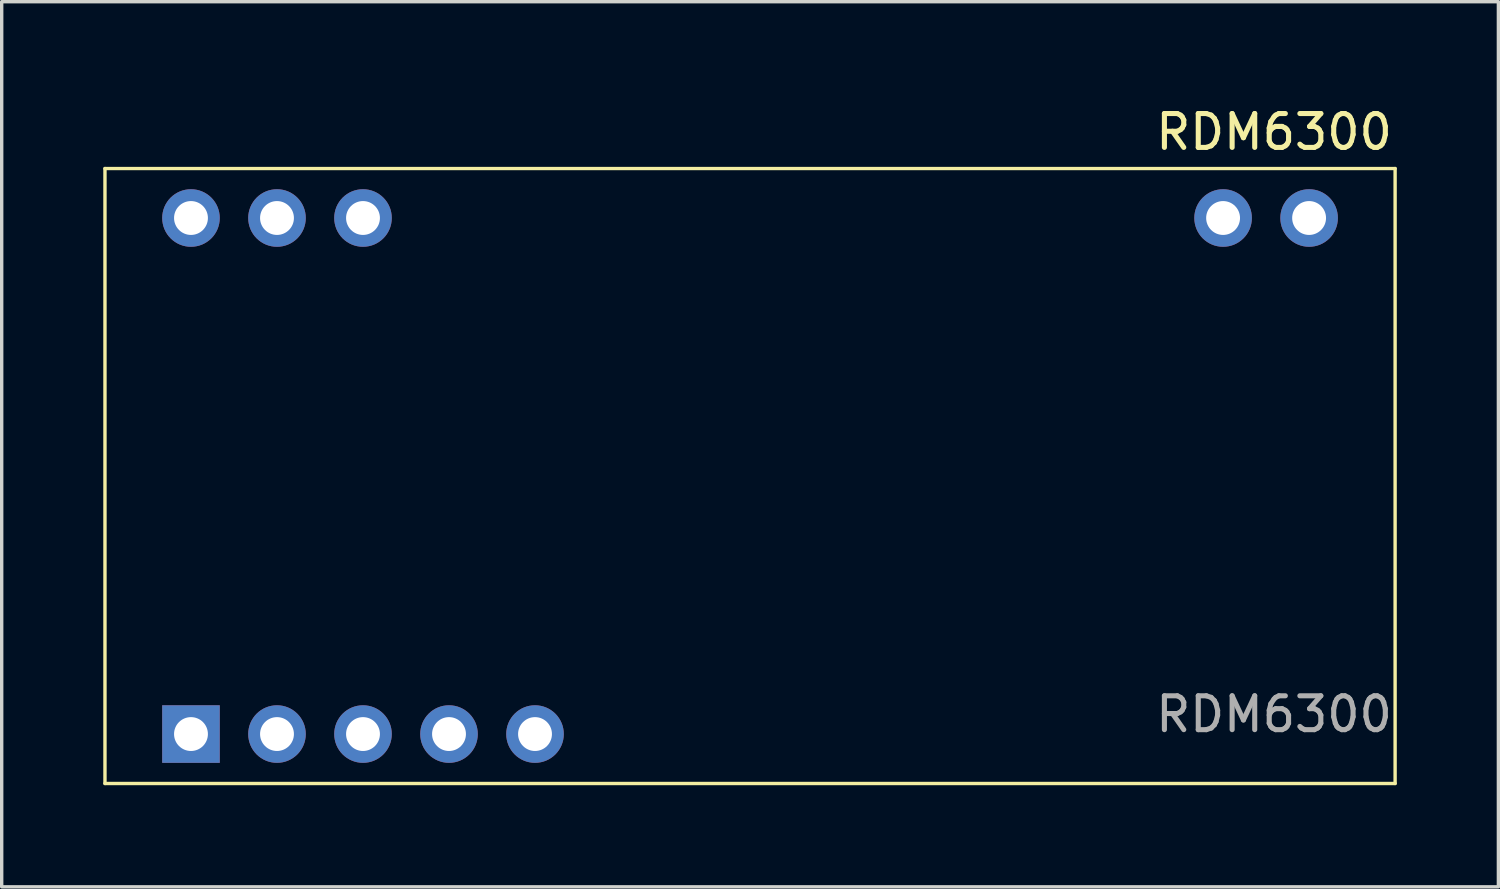
<source format=kicad_pcb>
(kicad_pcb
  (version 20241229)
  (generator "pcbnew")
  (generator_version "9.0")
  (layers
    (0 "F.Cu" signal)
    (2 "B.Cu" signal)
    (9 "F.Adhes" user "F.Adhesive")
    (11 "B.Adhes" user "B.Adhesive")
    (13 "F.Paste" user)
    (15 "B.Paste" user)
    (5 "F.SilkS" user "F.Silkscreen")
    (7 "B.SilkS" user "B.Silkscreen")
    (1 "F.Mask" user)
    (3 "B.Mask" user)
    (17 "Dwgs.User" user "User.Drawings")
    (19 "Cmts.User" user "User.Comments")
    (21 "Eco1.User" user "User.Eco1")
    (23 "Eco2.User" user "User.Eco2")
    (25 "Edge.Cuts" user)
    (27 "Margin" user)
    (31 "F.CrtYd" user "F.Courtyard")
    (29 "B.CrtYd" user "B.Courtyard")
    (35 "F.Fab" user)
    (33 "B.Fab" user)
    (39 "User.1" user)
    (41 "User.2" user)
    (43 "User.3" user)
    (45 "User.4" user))
  (footprint "RDM6300"
    (layer "F.Cu")
    (at 2.59 18.628)
    (property "Reference" "RDM6300" (at 35.56 -17.78 180) (layer "F.SilkS") (effects (font (size 1 1) (thickness 0.15)) (justify right)))
    (attr through_hole)
    (fp_line (start -2.54 -16.701) (end -2.54 1.46) (stroke (width 0.1) (type solid)) (layer "F.SilkS"))
    (fp_line (start -2.54 1.46) (end 35.56 1.46) (stroke (width 0.1) (type solid)) (layer "F.SilkS"))
    (fp_line (start 35.56 -16.701) (end -2.54 -16.701) (stroke (width 0.1) (type solid)) (layer "F.SilkS"))
    (fp_line (start 35.56 1.46) (end 35.56 -16.701) (stroke (width 0.1) (type solid)) (layer "F.SilkS"))
    (fp_text user "RDM6300" (at 35.56 0 180) (layer "F.Fab") (effects (font (size 1 1) (thickness 0.15)) (justify right bottom)))
    (pad "1" thru_hole rect (at 0 0 180) (size 1.7 1.7) (drill 1) (layers "*.Cu" "*.Mask"))
    (pad "2" thru_hole circle (at 2.54 0 180) (size 1.7 1.7) (drill 1) (layers "*.Cu" "*.Mask"))
    (pad "3" thru_hole circle (at 5.08 0 180) (size 1.7 1.7) (drill 1) (layers "*.Cu" "*.Mask"))
    (pad "4" thru_hole circle (at 7.62 0 180) (size 1.7 1.7) (drill 1) (layers "*.Cu" "*.Mask"))
    (pad "5" thru_hole circle (at 10.16 0 180) (size 1.7 1.7) (drill 1) (layers "*.Cu" "*.Mask"))
    (pad "6" thru_hole circle (at 0 -15.24 180) (size 1.7 1.7) (drill 1) (layers "*.Cu" "*.Mask"))
    (pad "7" thru_hole circle (at 2.54 -15.24 180) (size 1.7 1.7) (drill 1) (layers "*.Cu" "*.Mask"))
    (pad "8" thru_hole circle (at 5.08 -15.24 180) (size 1.7 1.7) (drill 1) (layers "*.Cu" "*.Mask"))
    (pad "9" thru_hole circle (at 30.48 -15.24 180) (size 1.7 1.7) (drill 1) (layers "*.Cu" "*.Mask"))
    (pad "10" thru_hole circle (at 33.02 -15.24 180) (size 1.7 1.7) (drill 1) (layers "*.Cu" "*.Mask")))
  (gr_rect
    (start -3 -3)
    (end 41.2 23.139)
    (stroke (width 0.1) (type default))
    (fill no)
    (layer "Edge.Cuts")))
</source>
